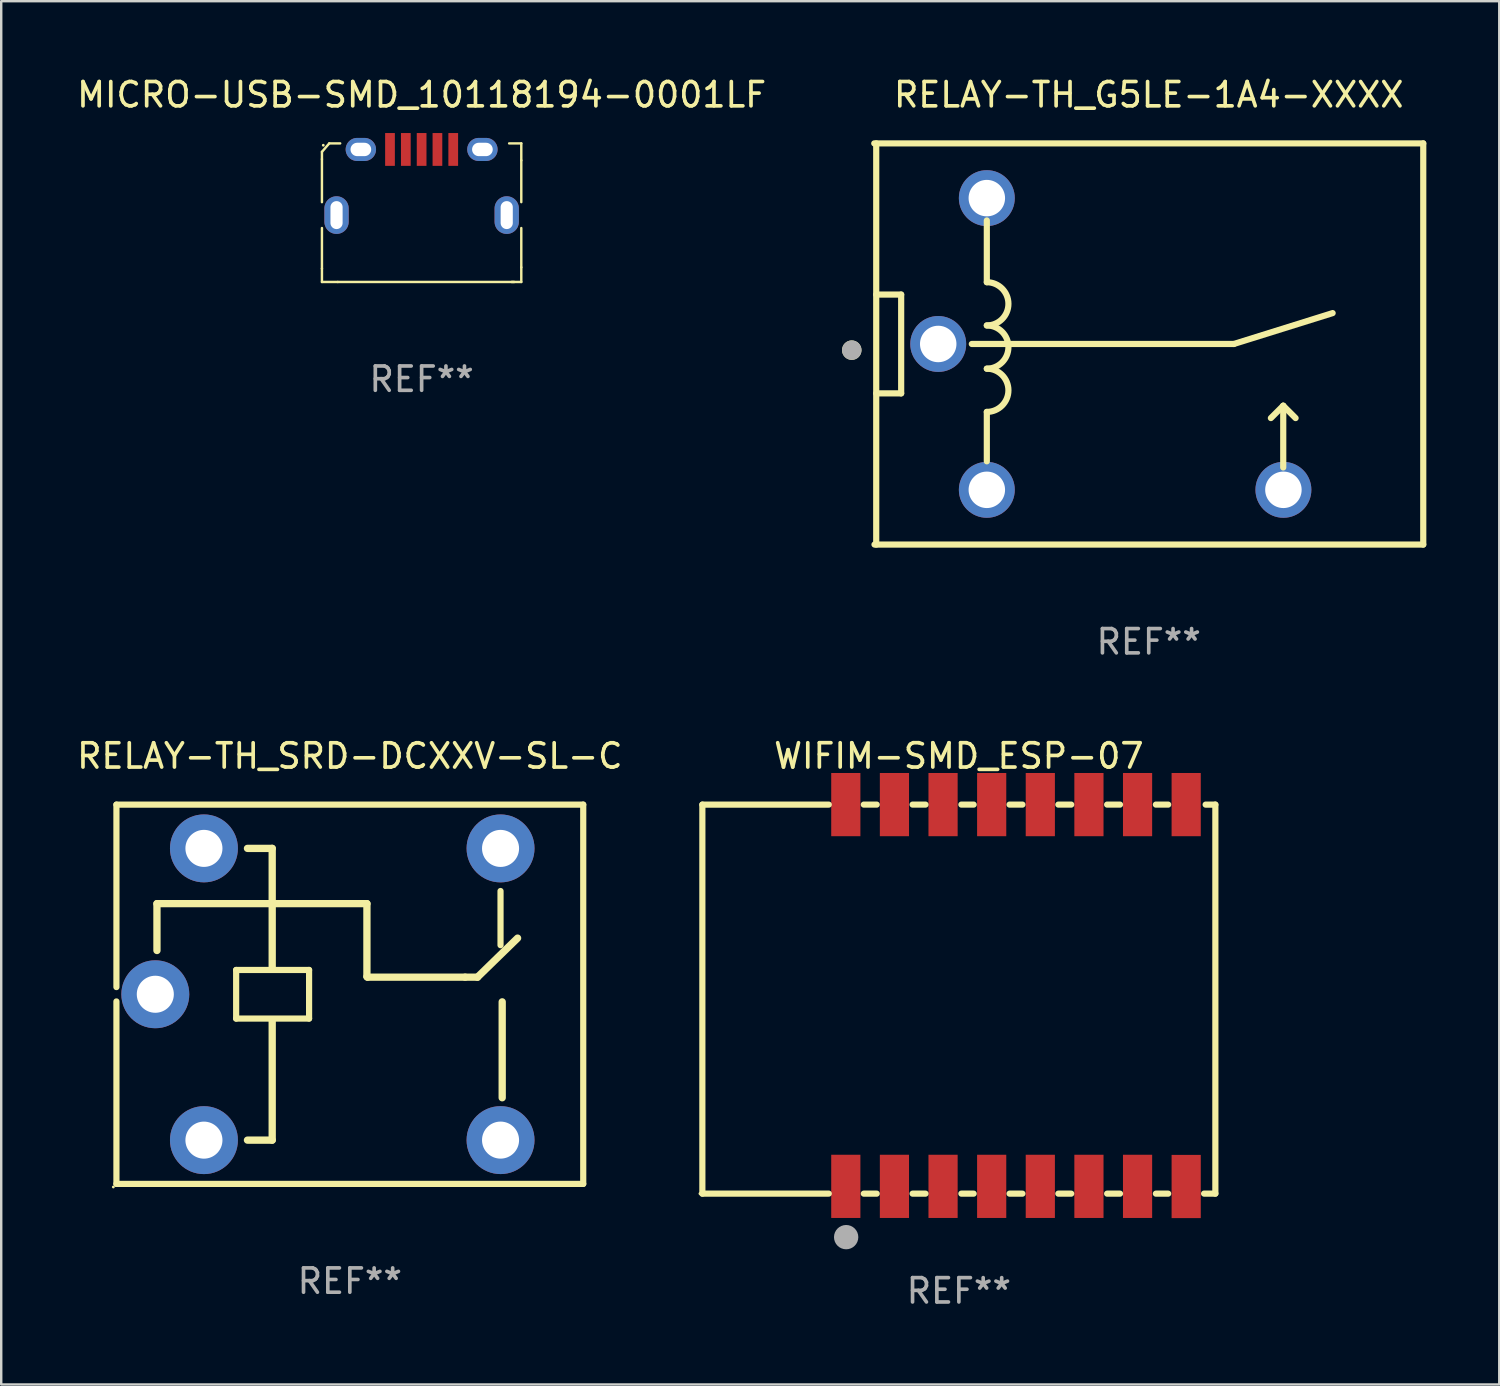
<source format=kicad_pcb>
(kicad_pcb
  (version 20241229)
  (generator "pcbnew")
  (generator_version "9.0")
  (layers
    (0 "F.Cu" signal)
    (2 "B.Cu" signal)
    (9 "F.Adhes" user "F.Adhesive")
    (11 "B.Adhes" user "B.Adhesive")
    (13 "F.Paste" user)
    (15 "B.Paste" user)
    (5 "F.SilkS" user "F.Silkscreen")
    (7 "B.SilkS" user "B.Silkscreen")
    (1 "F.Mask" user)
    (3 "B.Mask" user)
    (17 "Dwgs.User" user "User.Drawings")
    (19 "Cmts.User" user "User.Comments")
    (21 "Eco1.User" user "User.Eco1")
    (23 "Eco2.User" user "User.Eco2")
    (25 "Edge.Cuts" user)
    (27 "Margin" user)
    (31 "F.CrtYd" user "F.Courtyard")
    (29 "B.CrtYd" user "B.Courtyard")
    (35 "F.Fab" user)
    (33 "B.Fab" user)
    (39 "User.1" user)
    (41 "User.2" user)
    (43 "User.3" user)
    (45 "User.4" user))
  (footprint "WIFIM-SMD_ESP-07"
    (layer "F.Cu")
    (at 38.739 37.898)
    (property "Reference" "WIFIM-SMD_ESP-07" (at -2.35 -9.854 0) (layer "F.SilkS") (effects (font (size 1 1) (thickness 0.15))))
    (attr smd)
    (fp_line (start -12.9 -7.853) (end -12.9 8.147) (stroke (width 0.254) (type solid)) (layer "F.SilkS"))
    (fp_line (start -12.9 8.147) (end -7.7 8.147) (stroke (width 0.254) (type solid)) (layer "F.SilkS"))
    (fp_line (start -7.7 -7.853) (end -12.9 -7.853) (stroke (width 0.254) (type solid)) (layer "F.SilkS"))
    (fp_line (start -6.26 -7.854) (end -5.729 -7.854) (stroke (width 0.254) (type solid)) (layer "F.SilkS"))
    (fp_line (start -6.26 8.148) (end -5.729 8.148) (stroke (width 0.254) (type solid)) (layer "F.SilkS"))
    (fp_line (start -4.253 -7.854) (end -3.722 -7.854) (stroke (width 0.254) (type solid)) (layer "F.SilkS"))
    (fp_line (start -4.253 8.148) (end -3.722 8.148) (stroke (width 0.254) (type solid)) (layer "F.SilkS"))
    (fp_line (start -2.247 -7.854) (end -1.741 -7.854) (stroke (width 0.254) (type solid)) (layer "F.SilkS"))
    (fp_line (start -2.247 8.148) (end -1.741 8.148) (stroke (width 0.254) (type solid)) (layer "F.SilkS"))
    (fp_line (start -0.265 -7.854) (end 0.265 -7.854) (stroke (width 0.254) (type solid)) (layer "F.SilkS"))
    (fp_line (start -0.265 8.148) (end 0.265 8.148) (stroke (width 0.254) (type solid)) (layer "F.SilkS"))
    (fp_line (start 1.741 -7.854) (end 2.272 -7.854) (stroke (width 0.254) (type solid)) (layer "F.SilkS"))
    (fp_line (start 1.741 8.148) (end 2.272 8.148) (stroke (width 0.254) (type solid)) (layer "F.SilkS"))
    (fp_line (start 3.748 -7.854) (end 4.279 -7.854) (stroke (width 0.254) (type solid)) (layer "F.SilkS"))
    (fp_line (start 3.748 8.148) (end 4.279 8.148) (stroke (width 0.254) (type solid)) (layer "F.SilkS"))
    (fp_line (start 5.754 -7.854) (end 6.26 -7.854) (stroke (width 0.254) (type solid)) (layer "F.SilkS"))
    (fp_line (start 5.754 8.148) (end 6.26 8.148) (stroke (width 0.254) (type solid)) (layer "F.SilkS"))
    (fp_line (start 7.736 8.147) (end 8.2 8.147) (stroke (width 0.254) (type solid)) (layer "F.SilkS"))
    (fp_line (start 8.2 -7.853) (end 7.8 -7.853) (stroke (width 0.254) (type solid)) (layer "F.SilkS"))
    (fp_line (start 8.2 8.147) (end 8.2 -7.853) (stroke (width 0.254) (type solid)) (layer "F.SilkS"))
    (fp_circle (center -13 8.147) (end -12.97 8.147) (stroke (width 0.06) (type solid)) (fill no) (layer "F.SilkS"))
    (fp_circle (center -6.986 9.937) (end -6.736 9.937) (stroke (width 0.5) (type solid)) (fill no) (layer "F.Fab"))
    (fp_text user "REF**" (at -2.35 12.148 0) (layer "F.Fab") (effects (font (size 1 1) (thickness 0.15))))
    (pad "1" smd rect (at -7 7.848) (size 1.2 2.6) (layers "F.Cu" "F.Mask" "F.Paste"))
    (pad "2" smd rect (at -5 7.848) (size 1.2 2.6) (layers "F.Cu" "F.Mask" "F.Paste"))
    (pad "3" smd rect (at -3 7.848) (size 1.2 2.6) (layers "F.Cu" "F.Mask" "F.Paste"))
    (pad "4" smd rect (at -1 7.848) (size 1.2 2.6) (layers "F.Cu" "F.Mask" "F.Paste"))
    (pad "5" smd rect (at 1 7.848) (size 1.2 2.6) (layers "F.Cu" "F.Mask" "F.Paste"))
    (pad "6" smd rect (at 3 7.848) (size 1.2 2.6) (layers "F.Cu" "F.Mask" "F.Paste"))
    (pad "7" smd rect (at 5 7.848) (size 1.2 2.6) (layers "F.Cu" "F.Mask" "F.Paste"))
    (pad "8" smd rect (at 7 7.854) (size 1.2 2.6) (layers "F.Cu" "F.Mask" "F.Paste"))
    (pad "9" smd rect (at 7 -7.854) (size 1.2 2.6) (layers "F.Cu" "F.Mask" "F.Paste"))
    (pad "10" smd rect (at 5 -7.854) (size 1.2 2.6) (layers "F.Cu" "F.Mask" "F.Paste"))
    (pad "11" smd rect (at 3 -7.854) (size 1.2 2.6) (layers "F.Cu" "F.Mask" "F.Paste"))
    (pad "12" smd rect (at 1 -7.854) (size 1.2 2.6) (layers "F.Cu" "F.Mask" "F.Paste"))
    (pad "13" smd rect (at -1 -7.854) (size 1.2 2.6) (layers "F.Cu" "F.Mask" "F.Paste"))
    (pad "14" smd rect (at -3 -7.854) (size 1.2 2.6) (layers "F.Cu" "F.Mask" "F.Paste"))
    (pad "15" smd rect (at -5 -7.854) (size 1.2 2.6) (layers "F.Cu" "F.Mask" "F.Paste"))
    (pad "16" smd rect (at -7 -7.854) (size 1.2 2.6) (layers "F.Cu" "F.Mask" "F.Paste")))
  (footprint "RELAY-TH_G5LE-1A4-XXXX"
    (layer "F.Cu")
    (at 42.639 11.098)
    (property "Reference" "RELAY-TH_G5LE-1A4-XXXX" (at 1.56 -10.25 0) (layer "F.SilkS") (effects (font (size 1 1) (thickness 0.15))))
    (attr through_hole)
    (fp_line (start -9.72 8.25) (end 12.851 8.25) (stroke (width 0.254) (type solid)) (layer "F.SilkS"))
    (fp_line (start -9.649 -2.032) (end -8.623 -2.032) (stroke (width 0.254) (type solid)) (layer "F.SilkS"))
    (fp_line (start -9.649 8.25) (end -9.649 -8.25) (stroke (width 0.254) (type solid)) (layer "F.SilkS"))
    (fp_line (start -8.623 -2.032) (end -8.623 2.032) (stroke (width 0.254) (type solid)) (layer "F.SilkS"))
    (fp_line (start -8.623 2.032) (end -9.649 2.032) (stroke (width 0.254) (type solid)) (layer "F.SilkS"))
    (fp_line (start -5.1 -5.08) (end -5.1 -2.54) (stroke (width 0.254) (type solid)) (layer "F.SilkS"))
    (fp_line (start -5.1 2.794) (end -5.1 4.826) (stroke (width 0.254) (type solid)) (layer "F.SilkS"))
    (fp_line (start 5.06 0) (end -5.718 0) (stroke (width 0.254) (type solid)) (layer "F.SilkS"))
    (fp_line (start 5.06 0) (end 9.124 -1.27) (stroke (width 0.254) (type solid)) (layer "F.SilkS"))
    (fp_line (start 7.092 2.54) (end 6.584 3.048) (stroke (width 0.254) (type solid)) (layer "F.SilkS"))
    (fp_line (start 7.092 2.54) (end 7.6 3.048) (stroke (width 0.254) (type solid)) (layer "F.SilkS"))
    (fp_line (start 7.092 5.08) (end 7.092 2.54) (stroke (width 0.254) (type solid)) (layer "F.SilkS"))
    (fp_line (start 12.851 -8.25) (end -9.73 -8.25) (stroke (width 0.254) (type solid)) (layer "F.SilkS"))
    (fp_line (start 12.851 -8.25) (end 12.851 8.25) (stroke (width 0.254) (type solid)) (layer "F.SilkS"))
    (fp_arc (start -5.10033 -2.540005) (mid -4.211328 -1.651003) (end -5.10033 -0.762001) (stroke (width 0.254001) (type solid)) (layer "F.SilkS"))
    (fp_arc (start -5.10033 -0.762002) (mid -4.211328 0.127) (end -5.10033 1.016002) (stroke (width 0.254001) (type solid)) (layer "F.SilkS"))
    (fp_arc (start -5.10033 1.016002) (mid -4.211329 1.905004) (end -5.100331 2.794006) (stroke (width 0.254001) (type solid)) (layer "F.SilkS"))
    (fp_circle (center -10.655 0.254) (end -10.455 0.254) (stroke (width 0.4) (type solid)) (fill no) (layer "F.SilkS"))
    (fp_circle (center -9.649 8.25) (end -9.619 8.25) (stroke (width 0.06) (type solid)) (fill no) (layer "F.SilkS"))
    (fp_circle (center -10.655 0.254) (end -10.455 0.254) (stroke (width 0.4) (type solid)) (fill no) (layer "F.Fab"))
    (fp_text user "REF**" (at 1.56 12.25 0) (layer "F.Fab") (effects (font (size 1 1) (thickness 0.15))))
    (pad "1" thru_hole circle (at -7.099 0.000051) (size 2.3 2.3) (drill 1.5) (layers "*.Cu" "*.Mask"))
    (pad "2" thru_hole circle (at -5.1 5.999) (size 2.3 2.3) (drill 1.5) (layers "*.Cu" "*.Mask"))
    (pad "3" thru_hole circle (at 7.099 5.999) (size 2.3 2.3) (drill 1.5) (layers "*.Cu" "*.Mask"))
    (pad "5" thru_hole circle (at -5.1 -5.999) (size 2.3 2.3) (drill 1.5) (layers "*.Cu" "*.Mask")))
  (footprint "MICRO-USB-SMD_10118194-0001LF"
    (layer "F.Cu")
    (at 14.292 4.447)
    (property "Reference" "MICRO-USB-SMD_10118194-0001LF" (at -0.000127 -3.599 0) (layer "F.SilkS") (effects (font (size 1 1) (thickness 0.15))))
    (attr through_hole)
    (fp_line (start -4.1 -1.251) (end -4.1 -0.951) (stroke (width 0.1) (type solid)) (layer "F.SilkS"))
    (fp_line (start -4.1 0.818) (end -4.1 -0.951) (stroke (width 0.1) (type solid)) (layer "F.SilkS"))
    (fp_line (start -4.1 3.55) (end -4.1 1.882) (stroke (width 0.1) (type solid)) (layer "F.SilkS"))
    (fp_line (start -4.1 3.55) (end -4.1 4.101) (stroke (width 0.1) (type solid)) (layer "F.SilkS"))
    (fp_line (start -4.1 4.101) (end -3.449 4.101) (stroke (width 0.1) (type solid)) (layer "F.SilkS"))
    (fp_line (start -3.8 -1.599) (end -4.1 -1.251) (stroke (width 0.1) (type solid)) (layer "F.SilkS"))
    (fp_line (start -3.449 4.101) (end 3.81 4.101) (stroke (width 0.1) (type solid)) (layer "F.SilkS"))
    (fp_line (start -3.35 -1.599) (end -3.8 -1.599) (stroke (width 0.1) (type solid)) (layer "F.SilkS"))
    (fp_line (start 3.599 -1.599) (end 4.099 -1.599) (stroke (width 0.1) (type solid)) (layer "F.SilkS"))
    (fp_line (start 4.099 -1.599) (end 4.099 -0.9) (stroke (width 0.1) (type solid)) (layer "F.SilkS"))
    (fp_line (start 4.099 0.817) (end 4.099 -0.9) (stroke (width 0.1) (type solid)) (layer "F.SilkS"))
    (fp_line (start 4.099 3.499) (end 4.099 1.883) (stroke (width 0.1) (type solid)) (layer "F.SilkS"))
    (fp_line (start 4.099 3.499) (end 4.099 4.101) (stroke (width 0.1) (type solid)) (layer "F.SilkS"))
    (fp_line (start 4.099 4.101) (end 3.701 4.101) (stroke (width 0.1) (type solid)) (layer "F.SilkS"))
    (fp_circle (center -4.045 -1.523) (end -4.015 -1.523) (stroke (width 0.06) (type solid)) (fill no) (layer "F.SilkS"))
    (fp_text user "REF**" (at -0.000127 8.101 0) (layer "F.Fab") (effects (font (size 1 1) (thickness 0.15))))
    (pad "1" smd rect (at -1.301 -1.35) (size 0.4 1.35) (layers "F.Cu" "F.Mask" "F.Paste"))
    (pad "2" smd rect (at -0.65 -1.35) (size 0.4 1.35) (layers "F.Cu" "F.Mask" "F.Paste"))
    (pad "3" smd rect (at -0.000127 -1.35) (size 0.4 1.35) (layers "F.Cu" "F.Mask" "F.Paste"))
    (pad "4" smd rect (at 0.65 -1.35) (size 0.4 1.35) (layers "F.Cu" "F.Mask" "F.Paste"))
    (pad "5" smd rect (at 1.3 -1.35) (size 0.4 1.35) (layers "F.Cu" "F.Mask" "F.Paste"))
    (pad "6" thru_hole oval (at -3.5 1.35) (size 1 1.55) (drill oval 0.5 1.15) (layers "*.Cu" "*.Mask"))
    (pad "6" thru_hole oval (at -2.5 -1.35) (size 1.25 0.95) (drill oval 0.85 0.55) (layers "*.Cu" "*.Mask"))
    (pad "6" thru_hole oval (at 2.5 -1.35) (size 1.25 0.95) (drill oval 0.85 0.55) (layers "*.Cu" "*.Mask"))
    (pad "6" thru_hole oval (at 3.5 1.35) (size 1 1.55) (drill oval 0.5 1.15) (layers "*.Cu" "*.Mask")))
  (footprint "RELAY-TH_SRD-DCXXV-SL-C"
    (layer "F.Cu")
    (at 10.438 37.845)
    (property "Reference" "RELAY-TH_SRD-DCXXV-SL-C" (at 0.901 -9.8 0) (layer "F.SilkS") (effects (font (size 1 1) (thickness 0.15))))
    (attr through_hole)
    (fp_line (start -8.699 -7.8) (end -8.699 -0.295) (stroke (width 0.254) (type solid)) (layer "F.SilkS"))
    (fp_line (start -8.699 0.295) (end -8.699 7.8) (stroke (width 0.254) (type solid)) (layer "F.SilkS"))
    (fp_line (start -7.032 -3.727) (end 1.604 -3.727) (stroke (width 0.3) (type solid)) (layer "F.SilkS"))
    (fp_line (start -7.032 -1.8) (end -7.032 -3.727) (stroke (width 0.3) (type solid)) (layer "F.SilkS"))
    (fp_line (start -3.775 -1) (end -3.775 1) (stroke (width 0.254) (type solid)) (layer "F.SilkS"))
    (fp_line (start -3.775 1) (end -0.775 1) (stroke (width 0.254) (type solid)) (layer "F.SilkS"))
    (fp_line (start -2.292 -6) (end -3.31 -6) (stroke (width 0.3) (type solid)) (layer "F.SilkS"))
    (fp_line (start -2.292 -1.051) (end -2.292 -6) (stroke (width 0.3) (type solid)) (layer "F.SilkS"))
    (fp_line (start -2.292 6) (end -3.31 6) (stroke (width 0.3) (type solid)) (layer "F.SilkS"))
    (fp_line (start -2.292 6) (end -2.292 1.051) (stroke (width 0.3) (type solid)) (layer "F.SilkS"))
    (fp_line (start -0.775 -1) (end -3.775 -1) (stroke (width 0.254) (type solid)) (layer "F.SilkS"))
    (fp_line (start -0.775 1) (end -0.775 -1) (stroke (width 0.254) (type solid)) (layer "F.SilkS"))
    (fp_line (start 1.604 -3.727) (end 1.604 -0.727) (stroke (width 0.3) (type solid)) (layer "F.SilkS"))
    (fp_line (start 1.604 -0.727) (end 1.628 -0.703) (stroke (width 0.3) (type solid)) (layer "F.SilkS"))
    (fp_line (start 1.628 -0.703) (end 5.644 -0.703) (stroke (width 0.3) (type solid)) (layer "F.SilkS"))
    (fp_line (start 5.644 -0.703) (end 6.152 -0.703) (stroke (width 0.3) (type solid)) (layer "F.SilkS"))
    (fp_line (start 6.15 -0.701) (end 7.801 -2.309) (stroke (width 0.3) (type solid)) (layer "F.SilkS"))
    (fp_line (start 7.099 -4.247) (end 7.099 -2.019) (stroke (width 0.254) (type solid)) (layer "F.SilkS"))
    (fp_line (start 7.168 4.257) (end 7.168 0.312) (stroke (width 0.3) (type solid)) (layer "F.SilkS"))
    (fp_line (start 10.501 -7.8) (end -8.699 -7.8) (stroke (width 0.254) (type solid)) (layer "F.SilkS"))
    (fp_line (start 10.501 7.8) (end 10.501 -7.8) (stroke (width 0.254) (type solid)) (layer "F.SilkS"))
    (fp_line (start 10.501 7.8) (end -8.699 7.8) (stroke (width 0.254) (type solid)) (layer "F.SilkS"))
    (fp_circle (center -8.826 7.927) (end -8.796 7.927) (stroke (width 0.06) (type solid)) (fill no) (layer "F.SilkS"))
    (fp_text user "REF**" (at 0.901 11.8 0) (layer "F.Fab") (effects (font (size 1 1) (thickness 0.15))))
    (pad "1" thru_hole circle (at -5.1 6) (size 2.794 2.794) (drill 1.524) (layers "*.Cu" "*.Mask"))
    (pad "2" thru_hole circle (at 7.1 5.999) (size 2.794 2.794) (drill 1.524) (layers "*.Cu" "*.Mask"))
    (pad "3" thru_hole circle (at 7.1 -5.999) (size 2.794 2.794) (drill 1.524) (layers "*.Cu" "*.Mask"))
    (pad "4" thru_hole circle (at -5.1 -6) (size 2.794 2.794) (drill 1.524) (layers "*.Cu" "*.Mask"))
    (pad "5" thru_hole circle (at -7.1 0) (size 2.794 2.794) (drill 1.524) (layers "*.Cu" "*.Mask")))
  (gr_rect
    (start -3 -3)
    (end 58.616 53.895)
    (stroke (width 0.1) (type default))
    (fill no)
    (layer "Edge.Cuts")))
</source>
